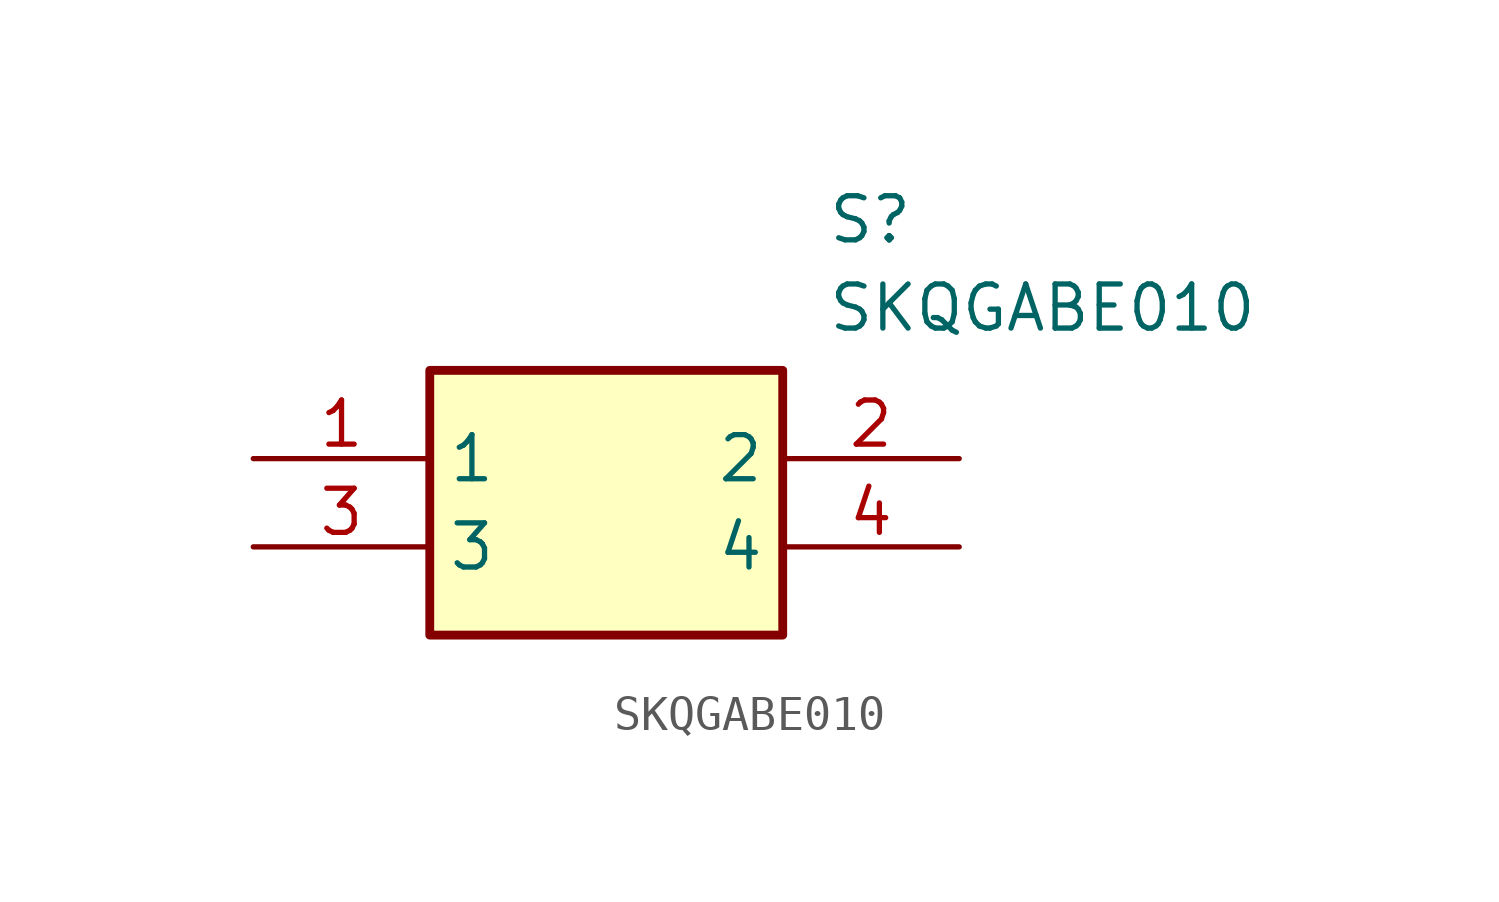
<source format=kicad_sym>
(kicad_symbol_lib
  (version 20211014)
  (generator SamacSys_ECAD_Model)
  (symbol "SKQGABE010"
    (property "Reference" "S"
      (at 16.51 7.62 0)
      (effects (font (size 1.27 1.27)) (justify left top)))
    (property "Value" "SKQGABE010"
      (at 16.51 5.08 0)
      (effects (font (size 1.27 1.27)) (justify left top)))
    (rectangle
      (start 5.08 2.54)
      (end 15.24 -5.08)
      (stroke (width 0.254) (type default))
      (fill (type background)))
    (pin passive line
      (at 0 0 0)
      (length 5.08)
      (name "1" (effects (font (size 1.27 1.27))))
      (number "1" (effects (font (size 1.27 1.27)))))
    (pin passive line
      (at 20.32 0 180)
      (length 5.08)
      (name "2" (effects (font (size 1.27 1.27))))
      (number "2" (effects (font (size 1.27 1.27)))))
    (pin passive line
      (at 0 -2.54 0)
      (length 5.08)
      (name "3" (effects (font (size 1.27 1.27))))
      (number "3" (effects (font (size 1.27 1.27)))))
    (pin passive line
      (at 20.32 -2.54 180)
      (length 5.08)
      (name "4" (effects (font (size 1.27 1.27))))
      (number "4" (effects (font (size 1.27 1.27)))))))
</source>
